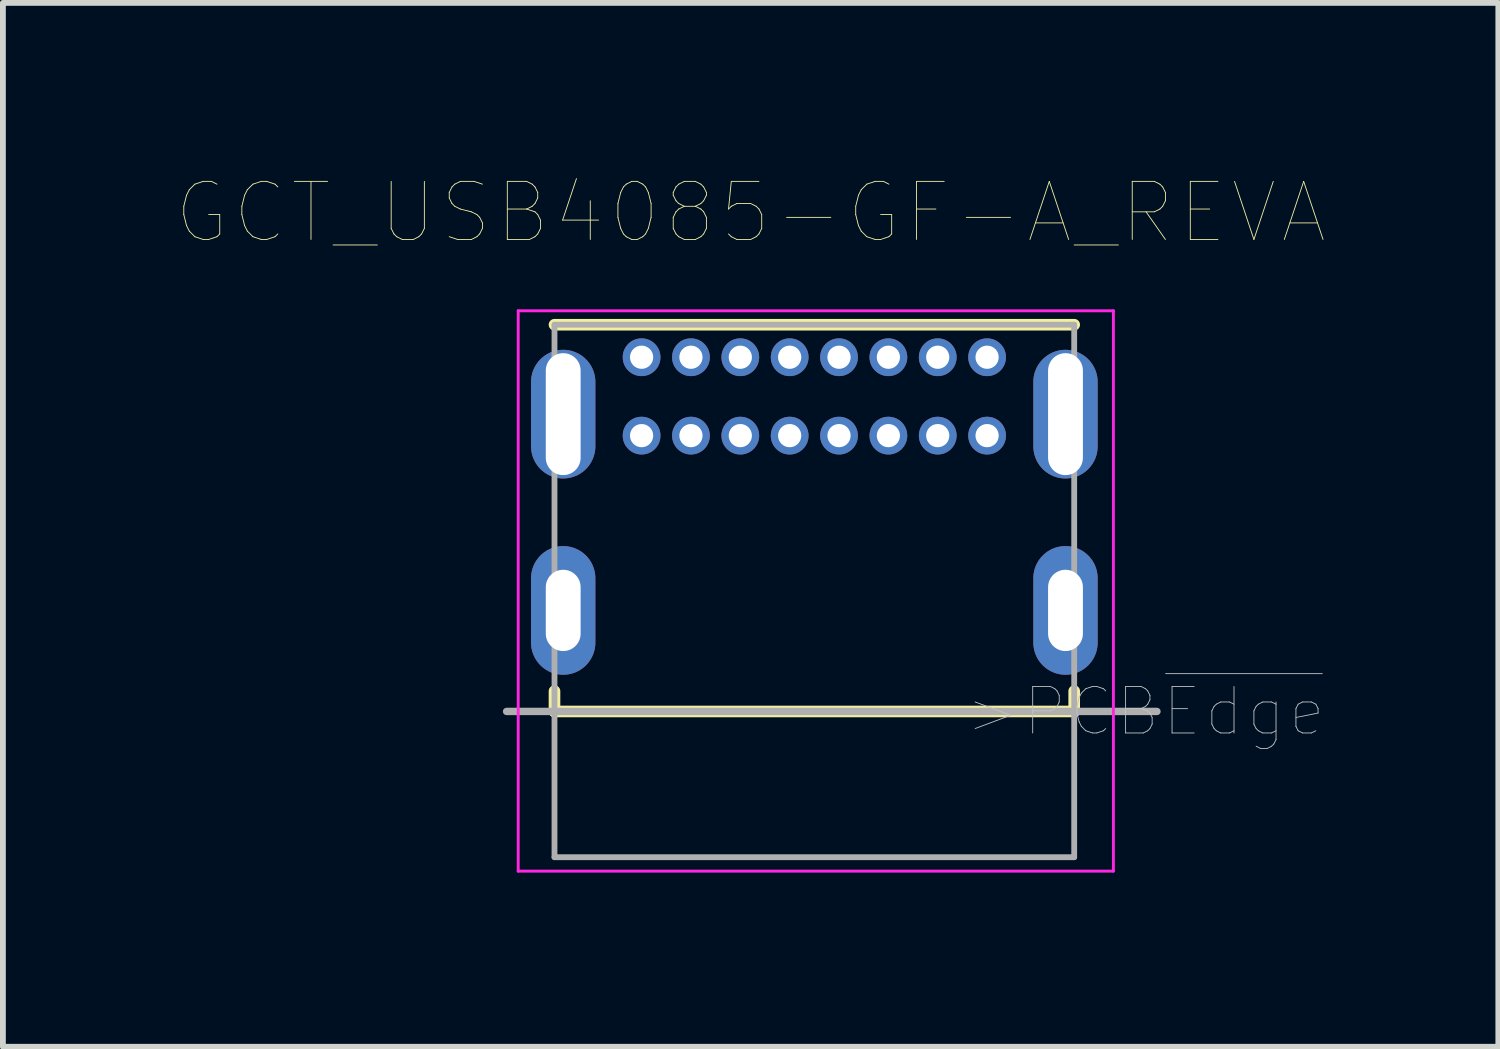
<source format=kicad_pcb>
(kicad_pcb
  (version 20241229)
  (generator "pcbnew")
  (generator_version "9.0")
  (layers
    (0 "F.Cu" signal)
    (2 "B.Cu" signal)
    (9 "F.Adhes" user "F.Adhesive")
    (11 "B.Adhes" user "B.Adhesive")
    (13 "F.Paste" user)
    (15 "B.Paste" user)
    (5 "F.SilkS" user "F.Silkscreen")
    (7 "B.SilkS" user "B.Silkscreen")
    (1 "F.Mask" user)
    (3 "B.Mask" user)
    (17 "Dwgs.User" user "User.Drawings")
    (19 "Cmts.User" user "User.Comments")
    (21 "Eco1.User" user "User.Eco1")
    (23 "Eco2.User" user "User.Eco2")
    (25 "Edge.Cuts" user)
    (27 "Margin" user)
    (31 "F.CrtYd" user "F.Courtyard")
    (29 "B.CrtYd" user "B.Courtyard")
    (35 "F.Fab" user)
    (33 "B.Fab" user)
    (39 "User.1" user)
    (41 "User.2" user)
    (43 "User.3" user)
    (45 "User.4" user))
  (footprint "GCT_USB4085-GF-A_REVA"
    (layer "F.Cu")
    (at 10.974 7.127)
    (property "Reference" "GCT_USB4085-GF-A_REVA" (at -1.097 -6.515 0) (layer "F.SilkS") (effects (font (size 1 1) (thickness 0.015))))
    (attr through_hole)
    (fp_line (start -4.475 -4.585) (end 4.475 -4.585) (stroke (width 0.2) (type solid)) (layer "F.SilkS"))
    (fp_line (start -4.475 1.725) (end -4.475 2.075) (stroke (width 0.2) (type solid)) (layer "F.SilkS"))
    (fp_line (start -4.475 2.075) (end 4.475 2.075) (stroke (width 0.2) (type solid)) (layer "F.SilkS"))
    (fp_line (start 4.475 2.075) (end 4.475 1.725) (stroke (width 0.2) (type solid)) (layer "F.SilkS"))
    (fp_line (start -5.1 -4.825) (end 5.15 -4.825) (stroke (width 0.05) (type solid)) (layer "F.CrtYd"))
    (fp_line (start -5.1 4.825) (end -5.1 -4.825) (stroke (width 0.05) (type solid)) (layer "F.CrtYd"))
    (fp_line (start 5.15 -4.825) (end 5.15 4.825) (stroke (width 0.05) (type solid)) (layer "F.CrtYd"))
    (fp_line (start 5.15 4.825) (end -5.1 4.825) (stroke (width 0.05) (type solid)) (layer "F.CrtYd"))
    (fp_line (start -5.3 2.075) (end 5.9 2.075) (stroke (width 0.127) (type solid)) (layer "F.Fab"))
    (fp_line (start -4.475 -4.585) (end 4.475 -4.585) (stroke (width 0.1) (type solid)) (layer "F.Fab"))
    (fp_line (start -4.475 4.585) (end -4.475 -4.585) (stroke (width 0.1) (type solid)) (layer "F.Fab"))
    (fp_line (start 4.475 -4.585) (end 4.475 4.585) (stroke (width 0.1) (type solid)) (layer "F.Fab"))
    (fp_line (start 4.475 4.585) (end -4.475 4.585) (stroke (width 0.1) (type solid)) (layer "F.Fab"))
    (fp_text user ">PCB~{Edge}" (at 5.703 2.076 0) (layer "Dwgs.User") (effects (font (size 0.8 0.8) (thickness 0.015))))
    (pad "A1" thru_hole circle (at -2.975 -4.025) (size 0.65 0.65) (drill 0.4) (layers "*.Cu" "*.Mask"))
    (pad "A4" thru_hole circle (at -2.125 -4.025) (size 0.65 0.65) (drill 0.4) (layers "*.Cu" "*.Mask"))
    (pad "A5" thru_hole circle (at -1.275 -4.025) (size 0.65 0.65) (drill 0.4) (layers "*.Cu" "*.Mask"))
    (pad "A6" thru_hole circle (at -0.425 -4.025) (size 0.65 0.65) (drill 0.4) (layers "*.Cu" "*.Mask"))
    (pad "A7" thru_hole circle (at 0.425 -4.025) (size 0.65 0.65) (drill 0.4) (layers "*.Cu" "*.Mask"))
    (pad "A8" thru_hole circle (at 1.275 -4.025) (size 0.65 0.65) (drill 0.4) (layers "*.Cu" "*.Mask"))
    (pad "A9" thru_hole circle (at 2.125 -4.025) (size 0.65 0.65) (drill 0.4) (layers "*.Cu" "*.Mask"))
    (pad "A12" thru_hole circle (at 2.975 -4.025) (size 0.65 0.65) (drill 0.4) (layers "*.Cu" "*.Mask"))
    (pad "B1" thru_hole circle (at 2.975 -2.675) (size 0.65 0.65) (drill 0.4) (layers "*.Cu" "*.Mask"))
    (pad "B4" thru_hole circle (at 2.125 -2.675) (size 0.65 0.65) (drill 0.4) (layers "*.Cu" "*.Mask"))
    (pad "B5" thru_hole circle (at 1.275 -2.675) (size 0.65 0.65) (drill 0.4) (layers "*.Cu" "*.Mask"))
    (pad "B6" thru_hole circle (at 0.425 -2.675) (size 0.65 0.65) (drill 0.4) (layers "*.Cu" "*.Mask"))
    (pad "B7" thru_hole circle (at -0.425 -2.675) (size 0.65 0.65) (drill 0.4) (layers "*.Cu" "*.Mask"))
    (pad "B8" thru_hole circle (at -1.275 -2.675) (size 0.65 0.65) (drill 0.4) (layers "*.Cu" "*.Mask"))
    (pad "B9" thru_hole circle (at -2.125 -2.675) (size 0.65 0.65) (drill 0.4) (layers "*.Cu" "*.Mask"))
    (pad "B12" thru_hole circle (at -2.975 -2.675) (size 0.65 0.65) (drill 0.4) (layers "*.Cu" "*.Mask"))
    (pad "P1" thru_hole oval (at -4.325 -3.045) (size 1.108 2.216) (drill oval 0.6 2.1) (layers "*.Cu" "*.Mask"))
    (pad "P2" thru_hole oval (at 4.325 -3.045) (size 1.108 2.216) (drill oval 0.6 2.1) (layers "*.Cu" "*.Mask"))
    (pad "P3" thru_hole oval (at 4.325 0.335) (size 1.108 2.216) (drill oval 0.6 1.4) (layers "*.Cu" "*.Mask"))
    (pad "P4" thru_hole oval (at -4.325 0.335) (size 1.108 2.216) (drill oval 0.6 1.4) (layers "*.Cu" "*.Mask")))
  (gr_rect
    (start -3 -3)
    (end 22.753 14.977)
    (stroke (width 0.1) (type default))
    (fill no)
    (layer "Edge.Cuts")))
</source>
